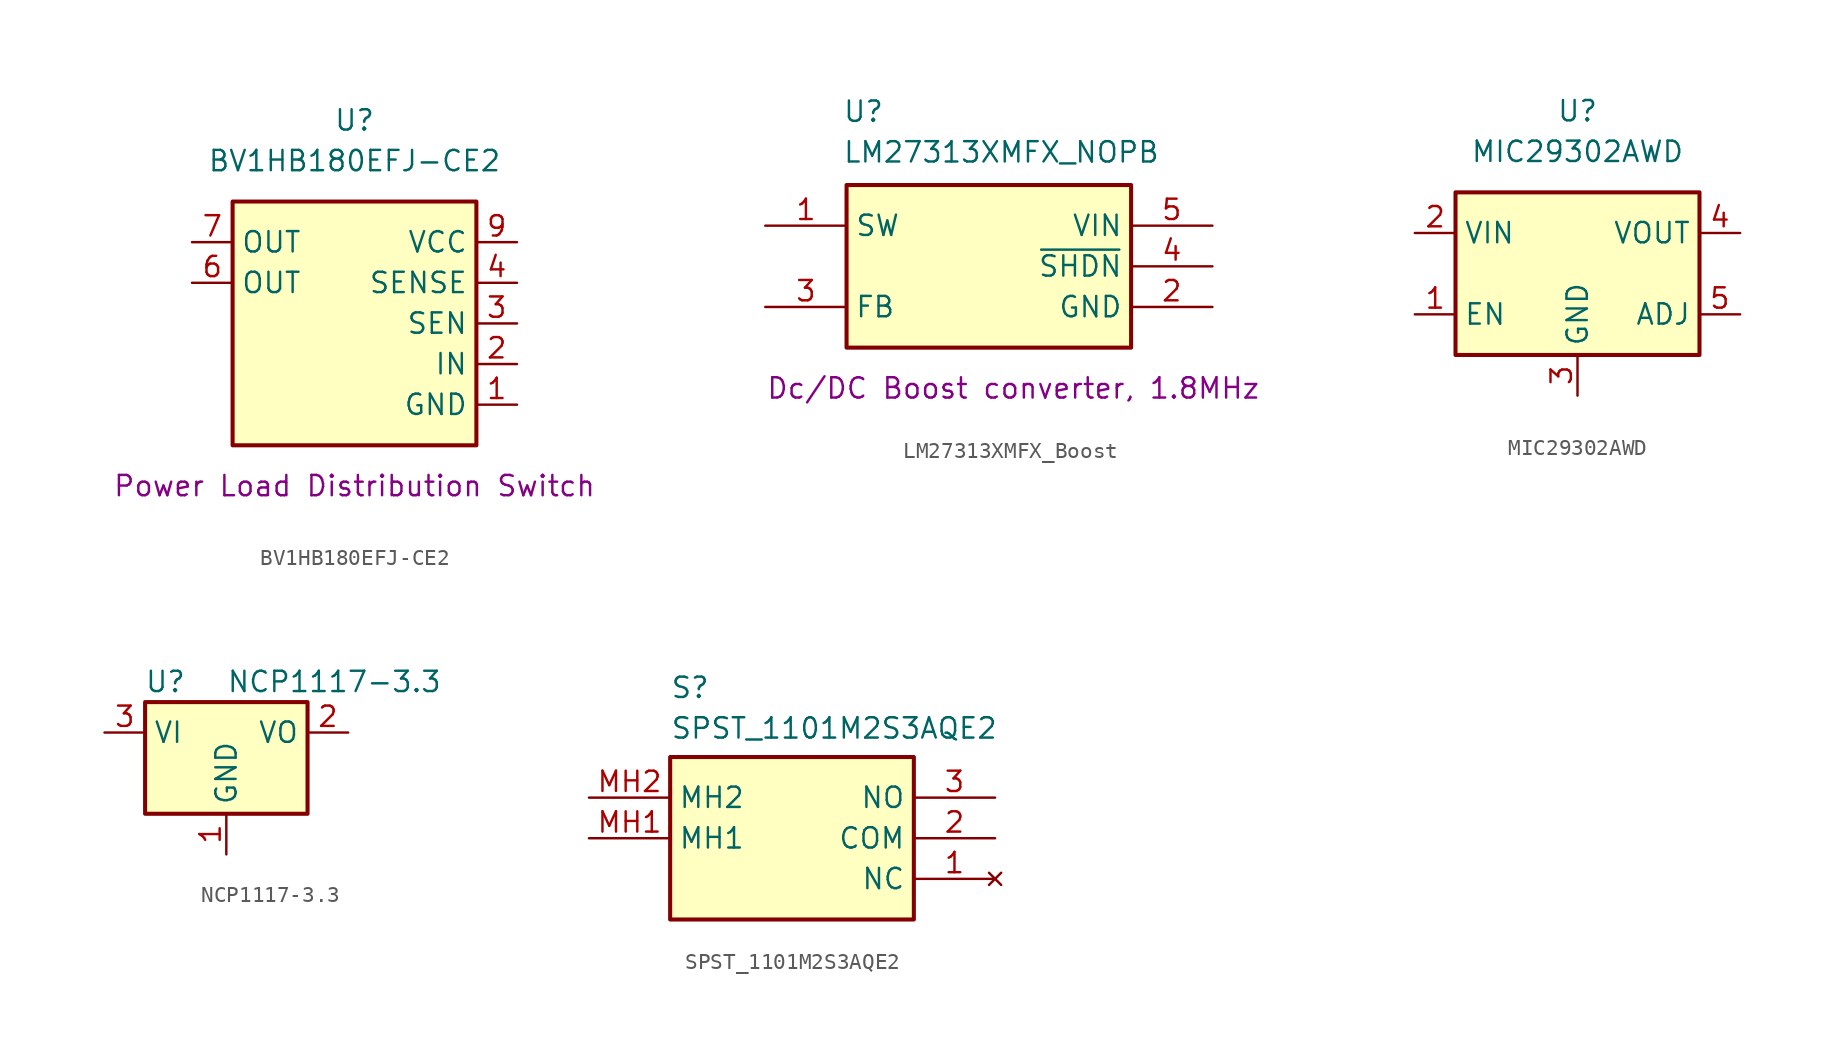
<source format=kicad_sym>
(kicad_symbol_lib
  (version 20241209)
  (generator "kicad_symbol_editor")
  (generator_version "9.0")
  (symbol "BV1HB180EFJ-CE2"
    (property "Reference" "U"
      (at 7.62 7.62 0)
      (effects (font (size 1.27 1.27))))
    (property "Value" "BV1HB180EFJ-CE2"
      (at 7.62 5.08 0)
      (effects (font (size 1.27 1.27))))
    (property "Description" "Power Load Distribution Switch"
      (at 7.62 -15.24 0)
      (effects (font (size 1.27 1.27))))
    (symbol "BV1HB180EFJ-CE2_1_0"
      (pin passive line (at 17.78 0 180) (length 2.54) (name "VCC" (effects (font (size 1.27 1.27)))) (number "9" (effects (font (size 1.27 1.27))))))
    (symbol "BV1HB180EFJ-CE2_1_1"
      (rectangle (start 0 2.54) (end 15.24 -12.7) (stroke (width 0.254) (type default)) (fill (type background)))
      (pin passive line (at -2.54 0 0) (length 2.54) (name "OUT" (effects (font (size 1.27 1.27)))) (number "7" (effects (font (size 1.27 1.27)))))
      (pin passive line (at -2.54 -2.54 0) (length 2.54) (name "OUT" (effects (font (size 1.27 1.27)))) (number "6" (effects (font (size 1.27 1.27)))))
      (pin no_connect line (at -2.54 -6.35 0) (length 2.54) (hide yes) (name "NC" (effects (font (size 1.27 1.27)))) (number "5" (effects (font (size 1.27 1.27)))))
      (pin no_connect line (at -2.54 -7.62 0) (length 2.54) (hide yes) (name "NC" (effects (font (size 1.27 1.27)))) (number "8" (effects (font (size 1.27 1.27)))))
      (pin passive line (at 17.78 -2.54 180) (length 2.54) (name "SENSE" (effects (font (size 1.27 1.27)))) (number "4" (effects (font (size 1.27 1.27)))))
      (pin passive line (at 17.78 -5.08 180) (length 2.54) (name "SEN" (effects (font (size 1.27 1.27)))) (number "3" (effects (font (size 1.27 1.27)))))
      (pin passive line (at 17.78 -7.62 180) (length 2.54) (name "IN" (effects (font (size 1.27 1.27)))) (number "2" (effects (font (size 1.27 1.27)))))
      (pin passive line (at 17.78 -10.16 180) (length 2.54) (name "GND" (effects (font (size 1.27 1.27)))) (number "1" (effects (font (size 1.27 1.27)))))))
  (symbol "LM27313XMFX_Boost"
    (property "Reference" "U"
      (at 4.826 7.874 0)
      (effects (font (size 1.27 1.27)) (justify left top)))
    (property "Value" "LM27313XMFX_NOPB"
      (at 4.826 5.334 0)
      (effects (font (size 1.27 1.27)) (justify left top)))
    (property "Description" "Dc/DC Boost converter, 1.8MHz"
      (at 15.494 -10.16 0)
      (effects (font (size 1.27 1.27))))
    (symbol "LM27313XMFX_Boost_1_1"
      (rectangle (start 5.08 2.54) (end 22.86 -7.62) (stroke (width 0.254) (type default)) (fill (type background)))
      (pin passive line (at 0 0 0) (length 5.08) (name "SW" (effects (font (size 1.27 1.27)))) (number "1" (effects (font (size 1.27 1.27)))))
      (pin passive line (at 0 -5.08 0) (length 5.08) (name "FB" (effects (font (size 1.27 1.27)))) (number "3" (effects (font (size 1.27 1.27)))))
      (pin passive line (at 27.94 0 180) (length 5.08) (name "VIN" (effects (font (size 1.27 1.27)))) (number "5" (effects (font (size 1.27 1.27)))))
      (pin passive line (at 27.94 -2.54 180) (length 5.08) (name "~{SHDN}" (effects (font (size 1.27 1.27)))) (number "4" (effects (font (size 1.27 1.27)))))
      (pin passive line (at 27.94 -5.08 180) (length 5.08) (name "GND" (effects (font (size 1.27 1.27)))) (number "2" (effects (font (size 1.27 1.27)))))))
  (symbol "MIC29302AWD"
    (property "Reference" "U"
      (at 0 10.16 0)
      (effects (font (size 1.27 1.27))))
    (property "Value" "MIC29302AWD"
      (at 0 7.62 0)
      (effects (font (size 1.27 1.27))))
    (symbol "MIC29302AWD_1_1"
      (rectangle (start -7.62 5.08) (end 7.62 -5.08) (stroke (width 0.254) (type default)) (fill (type background)))
      (pin power_in line (at -10.16 2.54 0) (length 2.54) (name "VIN" (effects (font (size 1.27 1.27)))) (number "2" (effects (font (size 1.27 1.27)))))
      (pin input line (at -10.16 -2.54 0) (length 2.54) (name "EN" (effects (font (size 1.27 1.27)))) (number "1" (effects (font (size 1.27 1.27)))))
      (pin power_in line (at 0 -7.62 90) (length 2.54) (name "GND" (effects (font (size 1.27 1.27)))) (number "3" (effects (font (size 1.27 1.27)))))
      (pin power_out line (at 10.16 2.54 180) (length 2.54) (name "VOUT" (effects (font (size 1.27 1.27)))) (number "4" (effects (font (size 1.27 1.27)))))
      (pin input line (at 10.16 -2.54 180) (length 2.54) (name "ADJ" (effects (font (size 1.27 1.27)))) (number "5" (effects (font (size 1.27 1.27)))))))
  (symbol "NCP1117-3.3"
    (property "Reference" "U"
      (at 3.81 3.175 0)
      (effects (font (size 1.27 1.27))))
    (property "Value" "NCP1117-3.3"
      (at 7.62 3.175 0)
      (effects (font (size 1.27 1.27)) (justify left)))
    (symbol "NCP1117-3.3_0_1"
      (rectangle (start 2.54 -5.08) (end 12.7 1.905) (stroke (width 0.254) (type default)) (fill (type background))))
    (symbol "NCP1117-3.3_1_1"
      (pin power_in line (at 0 0 0) (length 2.54) (name "VI" (effects (font (size 1.27 1.27)))) (number "3" (effects (font (size 1.27 1.27)))))
      (pin power_in line (at 7.62 -7.62 90) (length 2.54) (name "GND" (effects (font (size 1.27 1.27)))) (number "1" (effects (font (size 1.27 1.27)))))
      (pin power_out line (at 15.24 0 180) (length 2.54) (name "VO" (effects (font (size 1.27 1.27)))) (number "2" (effects (font (size 1.27 1.27)))))))
  (symbol "SPST_1101M2S3AQE2"
    (property "Reference" "S"
      (at 5.08 7.62 0)
      (effects (font (size 1.27 1.27)) (justify left top)))
    (property "Value" "SPST_1101M2S3AQE2"
      (at 5.08 5.08 0)
      (effects (font (size 1.27 1.27)) (justify left top)))
    (symbol "SPST_1101M2S3AQE2_1_1"
      (rectangle (start 5.08 2.54) (end 20.32 -7.62) (stroke (width 0.254) (type default)) (fill (type background)))
      (pin passive line (at 0 0 0) (length 5.08) (name "MH2" (effects (font (size 1.27 1.27)))) (number "MH2" (effects (font (size 1.27 1.27)))))
      (pin passive line (at 0 -2.54 0) (length 5.08) (name "MH1" (effects (font (size 1.27 1.27)))) (number "MH1" (effects (font (size 1.27 1.27)))))
      (pin passive line (at 25.4 0 180) (length 5.08) (name "NO" (effects (font (size 1.27 1.27)))) (number "3" (effects (font (size 1.27 1.27)))))
      (pin passive line (at 25.4 -2.54 180) (length 5.08) (name "COM" (effects (font (size 1.27 1.27)))) (number "2" (effects (font (size 1.27 1.27)))))
      (pin no_connect line (at 25.4 -5.08 180) (length 5.08) (name "NC" (effects (font (size 1.27 1.27)))) (number "1" (effects (font (size 1.27 1.27))))))))
</source>
